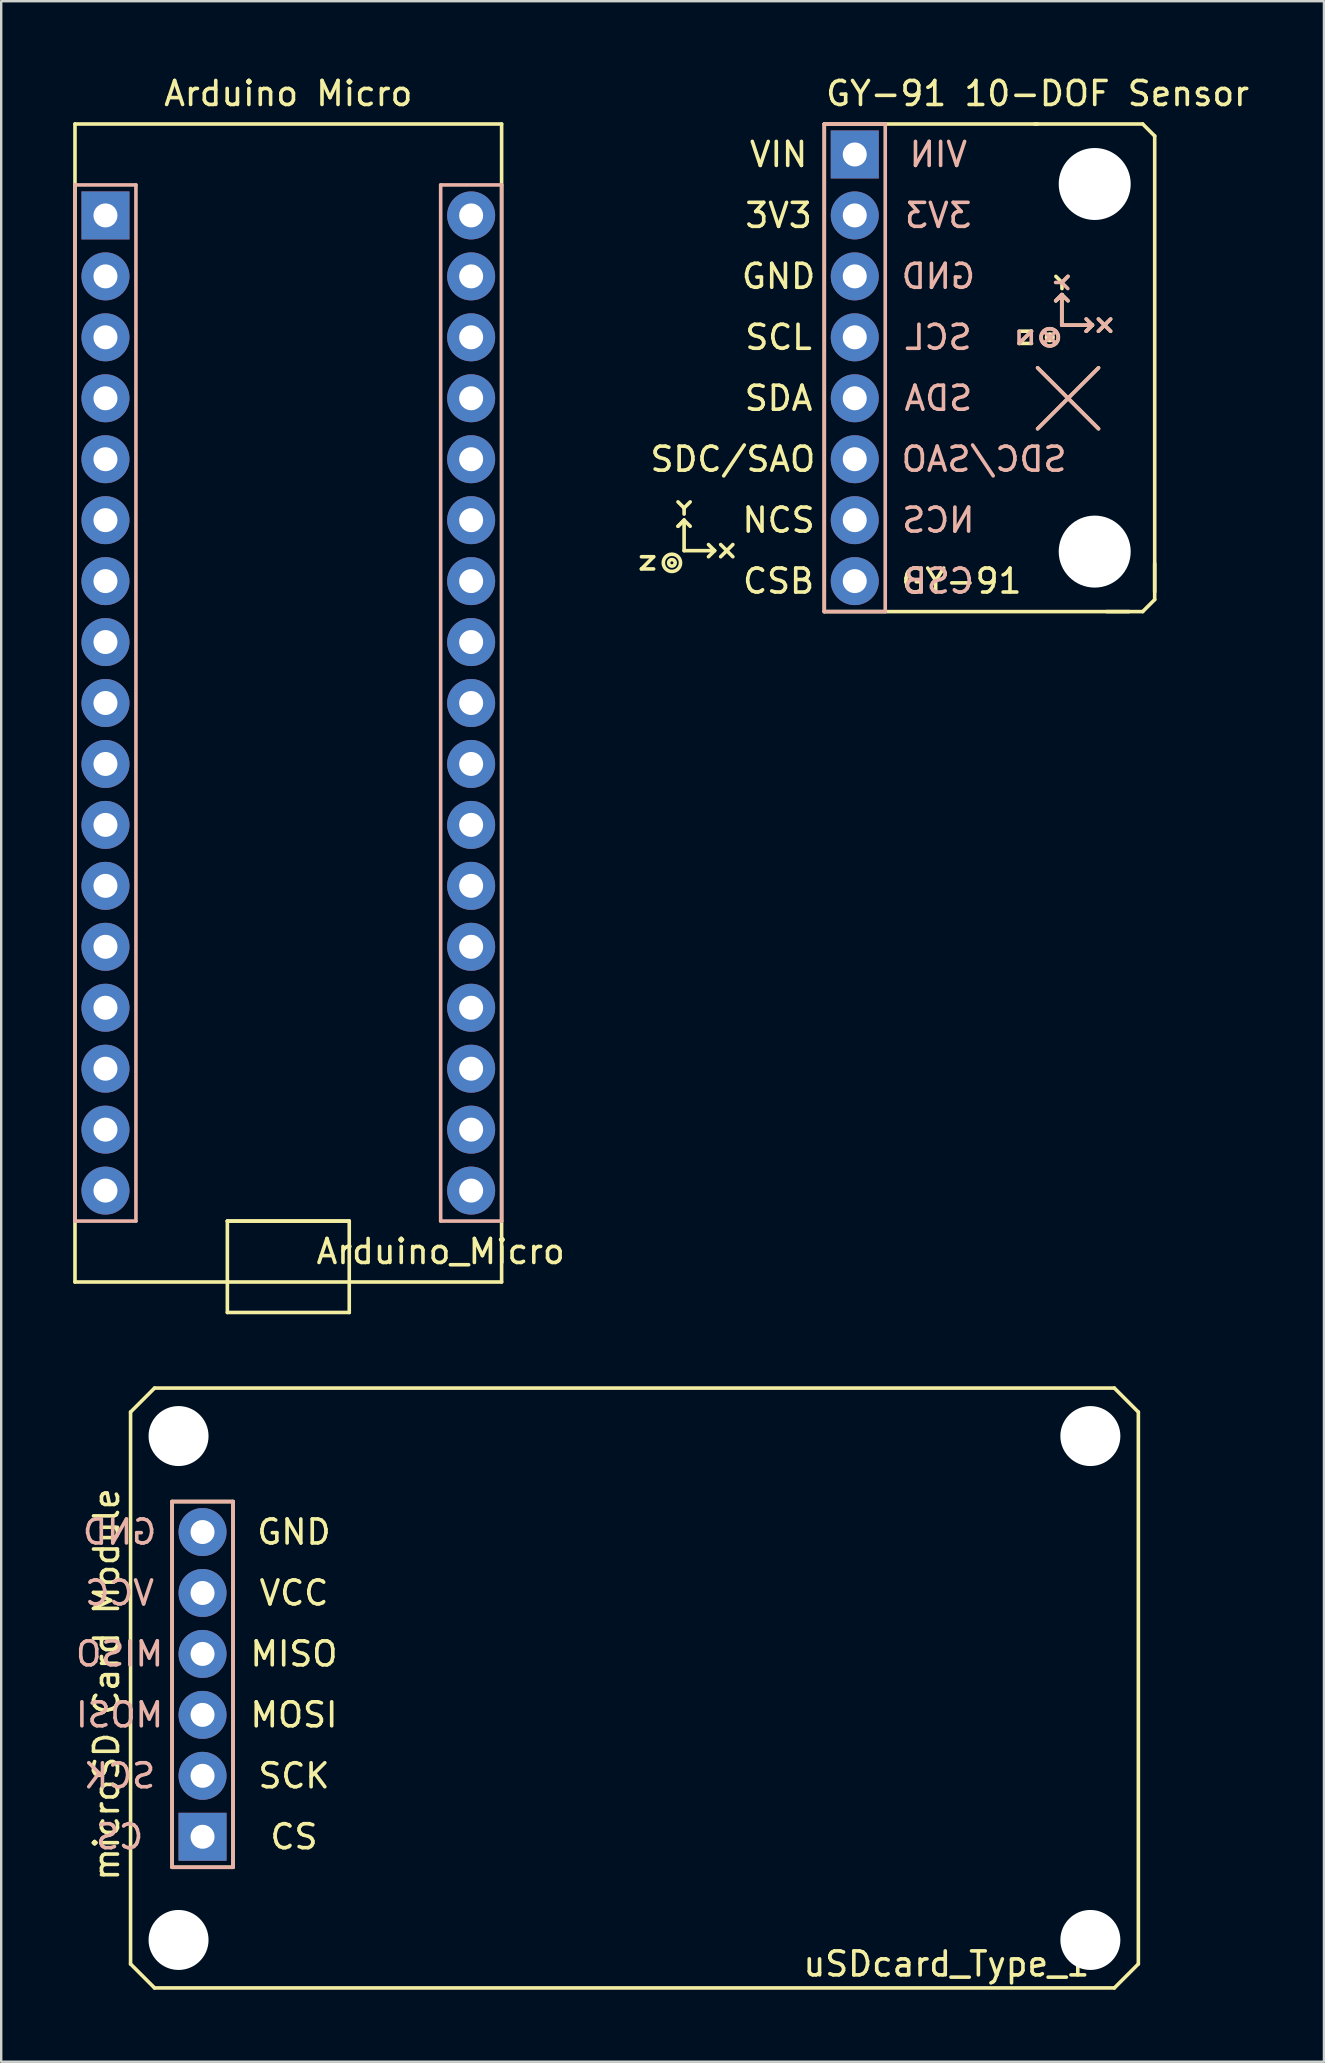
<source format=kicad_pcb>
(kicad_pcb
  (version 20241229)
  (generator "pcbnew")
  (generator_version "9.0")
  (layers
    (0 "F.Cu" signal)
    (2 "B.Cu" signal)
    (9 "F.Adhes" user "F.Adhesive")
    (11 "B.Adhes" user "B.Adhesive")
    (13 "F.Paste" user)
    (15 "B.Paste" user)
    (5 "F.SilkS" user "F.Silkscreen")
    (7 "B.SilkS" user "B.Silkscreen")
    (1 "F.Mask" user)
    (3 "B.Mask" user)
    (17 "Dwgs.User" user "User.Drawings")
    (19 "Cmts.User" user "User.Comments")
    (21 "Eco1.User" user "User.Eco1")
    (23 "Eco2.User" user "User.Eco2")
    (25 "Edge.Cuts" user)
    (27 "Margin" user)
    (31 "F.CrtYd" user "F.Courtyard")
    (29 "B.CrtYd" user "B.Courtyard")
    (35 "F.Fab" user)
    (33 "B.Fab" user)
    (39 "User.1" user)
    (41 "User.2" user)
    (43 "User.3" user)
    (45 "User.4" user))
  (footprint "uSDcard_Type_1"
    (layer "F.Cu")
    (at 5.391 60.798)
    (property "Reference" "uSDcard_Type_1" (at 31 18 0) (layer "F.SilkS") (effects (font (size 1 1) (thickness 0.15))))
    (attr through_hole)
    (fp_line (start -3 -5) (end -3 18) (stroke (width 0.15) (type solid)) (layer "F.SilkS"))
    (fp_line (start -3 18) (end -2 19) (stroke (width 0.15) (type solid)) (layer "F.SilkS"))
    (fp_line (start -2 -6) (end -3 -5) (stroke (width 0.15) (type solid)) (layer "F.SilkS"))
    (fp_line (start -2 -6) (end 38 -6) (stroke (width 0.15) (type solid)) (layer "F.SilkS"))
    (fp_line (start -1.27 -1.27) (end 1.27 -1.27) (stroke (width 0.15) (type solid)) (layer "F.SilkS"))
    (fp_line (start -1.27 13.97) (end -1.27 -1.27) (stroke (width 0.15) (type solid)) (layer "F.SilkS"))
    (fp_line (start 1.27 -1.27) (end 1.27 13.97) (stroke (width 0.15) (type solid)) (layer "F.SilkS"))
    (fp_line (start 1.27 13.97) (end -1.27 13.97) (stroke (width 0.15) (type solid)) (layer "F.SilkS"))
    (fp_line (start 38 19) (end -2 19) (stroke (width 0.15) (type solid)) (layer "F.SilkS"))
    (fp_line (start 38 19) (end 39 18) (stroke (width 0.15) (type solid)) (layer "F.SilkS"))
    (fp_line (start 39 -5) (end 38 -6) (stroke (width 0.15) (type solid)) (layer "F.SilkS"))
    (fp_line (start 39 18) (end 39 -5) (stroke (width 0.15) (type solid)) (layer "F.SilkS"))
    (fp_line (start -1.27 -1.27) (end 1.27 -1.27) (stroke (width 0.15) (type solid)) (layer "B.SilkS"))
    (fp_line (start -1.27 13.97) (end -1.27 -1.27) (stroke (width 0.15) (type solid)) (layer "B.SilkS"))
    (fp_line (start 1.27 -1.27) (end 1.27 13.97) (stroke (width 0.15) (type solid)) (layer "B.SilkS"))
    (fp_line (start 1.27 13.97) (end -1.27 13.97) (stroke (width 0.15) (type solid)) (layer "B.SilkS"))
    (fp_text user "SCK" (at 3.81 10.16 0) (layer "F.SilkS") (effects (font (size 1 1) (thickness 0.15))))
    (fp_text user "microSD Card Module" (at -4 6.35 270) (layer "F.SilkS") (effects (font (size 1 1) (thickness 0.15))))
    (fp_text user "VCC" (at 3.81 2.54 0) (layer "F.SilkS") (effects (font (size 1 1) (thickness 0.15))))
    (fp_text user "GND" (at 3.81 0 0) (layer "F.SilkS") (effects (font (size 1 1) (thickness 0.15))))
    (fp_text user "MOSI" (at 3.81 7.62 0) (layer "F.SilkS") (effects (font (size 1 1) (thickness 0.15))))
    (fp_text user "MISO" (at 3.81 5.08 0) (layer "F.SilkS") (effects (font (size 1 1) (thickness 0.15))))
    (fp_text user "CS" (at 3.81 12.7 0) (layer "F.SilkS") (effects (font (size 1 1) (thickness 0.15))))
    (fp_text user "MISO" (at -3.457 5.08 180) (layer "B.SilkS") (effects (font (size 1 1) (thickness 0.15)) (justify mirror)))
    (fp_text user "MOSI" (at -3.457 7.62 180) (layer "B.SilkS") (effects (font (size 1 1) (thickness 0.15)) (justify mirror)))
    (fp_text user "GND" (at -3.457 0 180) (layer "B.SilkS") (effects (font (size 1 1) (thickness 0.15)) (justify mirror)))
    (fp_text user "VCC" (at -3.457 2.54 180) (layer "B.SilkS") (effects (font (size 1 1) (thickness 0.15)) (justify mirror)))
    (fp_text user "CS" (at -3.457 12.7 180) (layer "B.SilkS") (effects (font (size 1 1) (thickness 0.15)) (justify mirror)))
    (fp_text user "SCK" (at -3.457 10.16 180) (layer "B.SilkS") (effects (font (size 1 1) (thickness 0.15)) (justify mirror)))
    (pad "" np_thru_hole circle (at -1 -4) (size 2.5 2.5) (drill 2.5) (layers "*.Cu" "*.Mask"))
    (pad "" np_thru_hole circle (at -1 17) (size 2.5 2.5) (drill 2.5) (layers "*.Cu" "*.Mask"))
    (pad "" np_thru_hole circle (at 37 -4) (size 2.5 2.5) (drill 2.5) (layers "*.Cu" "*.Mask"))
    (pad "" np_thru_hole circle (at 37 17) (size 2.5 2.5) (drill 2.5) (layers "*.Cu" "*.Mask"))
    (pad "1" thru_hole rect (at 0 12.7) (size 2 2) (drill 1) (layers "*.Cu" "*.Mask"))
    (pad "2" thru_hole circle (at 0 10.16) (size 2 2) (drill 1) (layers "*.Cu" "*.Mask"))
    (pad "3" thru_hole circle (at 0 7.62) (size 2 2) (drill 1) (layers "*.Cu" "*.Mask"))
    (pad "4" thru_hole circle (at 0 5.08) (size 2 2) (drill 1) (layers "*.Cu" "*.Mask"))
    (pad "5" thru_hole circle (at 0 2.54) (size 2 2) (drill 1) (layers "*.Cu" "*.Mask"))
    (pad "6" thru_hole circle (at 0 0) (size 2 2) (drill 1) (layers "*.Cu" "*.Mask")))
  (footprint "GY-91"
    (layer "F.Cu")
    (at 32.572 3.388)
    (property "Reference" "GY-91" (at 4.445 17.78 0) (layer "F.SilkS") (effects (font (size 1 1) (thickness 0.15))))
    (attr through_hole)
    (fp_line (start -8.89 16.764) (end -8.382 16.764) (stroke (width 0.15) (type solid)) (layer "F.SilkS"))
    (fp_line (start -8.89 17.272) (end -8.382 17.272) (stroke (width 0.15) (type solid)) (layer "F.SilkS"))
    (fp_line (start -8.382 16.764) (end -8.89 17.272) (stroke (width 0.15) (type solid)) (layer "F.SilkS"))
    (fp_line (start -7.366 14.478) (end -7.112 14.732) (stroke (width 0.15) (type solid)) (layer "F.SilkS"))
    (fp_line (start -7.366 15.494) (end -7.112 15.24) (stroke (width 0.15) (type solid)) (layer "F.SilkS"))
    (fp_line (start -7.112 14.732) (end -7.112 14.986) (stroke (width 0.15) (type solid)) (layer "F.SilkS"))
    (fp_line (start -7.112 15.24) (end -7.366 15.494) (stroke (width 0.15) (type solid)) (layer "F.SilkS"))
    (fp_line (start -7.112 15.24) (end -6.858 15.494) (stroke (width 0.15) (type solid)) (layer "F.SilkS"))
    (fp_line (start -7.112 16.51) (end -7.112 15.24) (stroke (width 0.15) (type solid)) (layer "F.SilkS"))
    (fp_line (start -7.112 16.51) (end -5.842 16.51) (stroke (width 0.15) (type solid)) (layer "F.SilkS"))
    (fp_line (start -6.858 14.478) (end -7.112 14.732) (stroke (width 0.15) (type solid)) (layer "F.SilkS"))
    (fp_line (start -5.842 16.51) (end -6.096 16.256) (stroke (width 0.15) (type solid)) (layer "F.SilkS"))
    (fp_line (start -5.842 16.51) (end -6.096 16.764) (stroke (width 0.15) (type solid)) (layer "F.SilkS"))
    (fp_line (start -5.588 16.256) (end -5.08 16.764) (stroke (width 0.15) (type solid)) (layer "F.SilkS"))
    (fp_line (start -5.08 16.256) (end -5.588 16.764) (stroke (width 0.15) (type solid)) (layer "F.SilkS"))
    (fp_line (start -1.27 -1.27) (end 7.62 -1.27) (stroke (width 0.15) (type solid)) (layer "F.SilkS"))
    (fp_line (start -1.27 19.05) (end -1.27 -1.27) (stroke (width 0.15) (type solid)) (layer "F.SilkS"))
    (fp_line (start -1.27 19.05) (end 11.43 19.05) (stroke (width 0.15) (type solid)) (layer "F.SilkS"))
    (fp_line (start 6.858 7.366) (end 7.366 7.366) (stroke (width 0.15) (type solid)) (layer "F.SilkS"))
    (fp_line (start 6.858 7.874) (end 7.366 7.874) (stroke (width 0.15) (type solid)) (layer "F.SilkS"))
    (fp_line (start 7.366 7.366) (end 6.858 7.874) (stroke (width 0.15) (type solid)) (layer "F.SilkS"))
    (fp_line (start 7.5 -1.27) (end 12 -1.27) (stroke (width 0.15) (type solid)) (layer "F.SilkS"))
    (fp_line (start 7.62 8.89) (end 10.16 11.43) (stroke (width 0.15) (type solid)) (layer "F.SilkS"))
    (fp_line (start 8.382 5.08) (end 8.636 5.334) (stroke (width 0.15) (type solid)) (layer "F.SilkS"))
    (fp_line (start 8.382 6.096) (end 8.636 5.842) (stroke (width 0.15) (type solid)) (layer "F.SilkS"))
    (fp_line (start 8.636 5.334) (end 8.636 5.588) (stroke (width 0.15) (type solid)) (layer "F.SilkS"))
    (fp_line (start 8.636 5.842) (end 8.382 6.096) (stroke (width 0.15) (type solid)) (layer "F.SilkS"))
    (fp_line (start 8.636 5.842) (end 8.89 6.096) (stroke (width 0.15) (type solid)) (layer "F.SilkS"))
    (fp_line (start 8.636 7.112) (end 8.636 5.842) (stroke (width 0.15) (type solid)) (layer "F.SilkS"))
    (fp_line (start 8.636 7.112) (end 9.906 7.112) (stroke (width 0.15) (type solid)) (layer "F.SilkS"))
    (fp_line (start 8.89 5.08) (end 8.636 5.334) (stroke (width 0.15) (type solid)) (layer "F.SilkS"))
    (fp_line (start 9.906 7.112) (end 9.652 6.858) (stroke (width 0.15) (type solid)) (layer "F.SilkS"))
    (fp_line (start 9.906 7.112) (end 9.652 7.366) (stroke (width 0.15) (type solid)) (layer "F.SilkS"))
    (fp_line (start 10.16 6.858) (end 10.668 7.366) (stroke (width 0.15) (type solid)) (layer "F.SilkS"))
    (fp_line (start 10.16 8.89) (end 7.62 11.43) (stroke (width 0.15) (type solid)) (layer "F.SilkS"))
    (fp_line (start 10.668 6.858) (end 10.16 7.366) (stroke (width 0.15) (type solid)) (layer "F.SilkS"))
    (fp_line (start 12 -1.27) (end 12.5 -0.77) (stroke (width 0.15) (type solid)) (layer "F.SilkS"))
    (fp_line (start 12 19.05) (end 10.5 19.05) (stroke (width 0.15) (type solid)) (layer "F.SilkS"))
    (fp_line (start 12.5 -0.77) (end 12.5 18.23) (stroke (width 0.15) (type solid)) (layer "F.SilkS"))
    (fp_line (start 12.5 17.05) (end 12.5 18.55) (stroke (width 0.15) (type solid)) (layer "F.SilkS"))
    (fp_line (start 12.5 18.55) (end 12 19.05) (stroke (width 0.15) (type solid)) (layer "F.SilkS"))
    (fp_circle (center -7.62 17.018) (end -7.874 17.272) (stroke (width 0.15) (type solid)) (fill no) (layer "F.SilkS"))
    (fp_circle (center -7.62 17.018) (end -7.62 17.081) (stroke (width 0.15) (type solid)) (fill no) (layer "F.SilkS"))
    (fp_circle (center 8.128 7.62) (end 7.874 7.874) (stroke (width 0.15) (type solid)) (fill no) (layer "F.SilkS"))
    (fp_circle (center 8.128 7.62) (end 8.128 7.684) (stroke (width 0.15) (type solid)) (fill no) (layer "F.SilkS"))
    (fp_line (start -1.27 -1.27) (end 1.27 -1.27) (stroke (width 0.15) (type solid)) (layer "B.SilkS"))
    (fp_line (start -1.27 19.05) (end -1.27 -1.27) (stroke (width 0.15) (type solid)) (layer "B.SilkS"))
    (fp_line (start 1.27 -1.27) (end 1.27 19.05) (stroke (width 0.15) (type solid)) (layer "B.SilkS"))
    (fp_line (start 1.27 19.05) (end -1.27 19.05) (stroke (width 0.15) (type solid)) (layer "B.SilkS"))
    (fp_line (start 6.847 7.874) (end 6.847 7.366) (stroke (width 0.15) (type solid)) (layer "B.SilkS"))
    (fp_line (start 7.355 7.366) (end 6.847 7.874) (stroke (width 0.15) (type solid)) (layer "B.SilkS"))
    (fp_line (start 7.355 7.874) (end 7.355 7.366) (stroke (width 0.15) (type solid)) (layer "B.SilkS"))
    (fp_line (start 7.62 11.43) (end 10.16 8.89) (stroke (width 0.15) (type solid)) (layer "B.SilkS"))
    (fp_line (start 7.874 7.366) (end 8.382 7.874) (stroke (width 0.15) (type solid)) (layer "B.SilkS"))
    (fp_line (start 8.382 7.366) (end 7.874 7.874) (stroke (width 0.15) (type solid)) (layer "B.SilkS"))
    (fp_line (start 8.625 5.334) (end 8.371 5.334) (stroke (width 0.15) (type solid)) (layer "B.SilkS"))
    (fp_line (start 8.625 5.842) (end 8.371 6.096) (stroke (width 0.15) (type solid)) (layer "B.SilkS"))
    (fp_line (start 8.625 5.842) (end 8.879 6.096) (stroke (width 0.15) (type solid)) (layer "B.SilkS"))
    (fp_line (start 8.625 7.112) (end 8.625 5.842) (stroke (width 0.15) (type solid)) (layer "B.SilkS"))
    (fp_line (start 8.625 7.112) (end 9.895 7.112) (stroke (width 0.15) (type solid)) (layer "B.SilkS"))
    (fp_line (start 8.879 5.08) (end 8.625 5.334) (stroke (width 0.15) (type solid)) (layer "B.SilkS"))
    (fp_line (start 8.879 5.588) (end 8.625 5.334) (stroke (width 0.15) (type solid)) (layer "B.SilkS"))
    (fp_line (start 9.641 7.366) (end 9.895 7.112) (stroke (width 0.15) (type solid)) (layer "B.SilkS"))
    (fp_line (start 9.895 7.112) (end 9.641 6.858) (stroke (width 0.15) (type solid)) (layer "B.SilkS"))
    (fp_line (start 9.895 7.112) (end 9.641 7.366) (stroke (width 0.15) (type solid)) (layer "B.SilkS"))
    (fp_line (start 10.16 11.43) (end 7.62 8.89) (stroke (width 0.15) (type solid)) (layer "B.SilkS"))
    (fp_line (start 10.657 6.858) (end 10.149 7.366) (stroke (width 0.15) (type solid)) (layer "B.SilkS"))
    (fp_line (start 10.657 7.366) (end 10.149 6.858) (stroke (width 0.15) (type solid)) (layer "B.SilkS"))
    (fp_circle (center 8.117 7.62) (end 7.863 7.874) (stroke (width 0.15) (type solid)) (fill no) (layer "B.SilkS"))
    (fp_text user "SDA" (at -3.175 10.16 0) (layer "F.SilkS") (effects (font (size 1 1) (thickness 0.15))))
    (fp_text user "NCS" (at -3.175 15.24 0) (layer "F.SilkS") (effects (font (size 1 1) (thickness 0.15))))
    (fp_text user "SDC/SAO" (at -5.08 12.7 0) (layer "F.SilkS") (effects (font (size 1 1) (thickness 0.15))))
    (fp_text user "CSB" (at -3.175 17.78 0) (layer "F.SilkS") (effects (font (size 1 1) (thickness 0.15))))
    (fp_text user "VIN" (at -3.175 0 0) (layer "F.SilkS") (effects (font (size 1 1) (thickness 0.15))))
    (fp_text user "GY-91 10-DOF Sensor" (at 7.62 -2.54 180) (layer "F.SilkS") (effects (font (size 1 1) (thickness 0.15))))
    (fp_text user "SCL" (at -3.175 7.62 0) (layer "F.SilkS") (effects (font (size 1 1) (thickness 0.15))))
    (fp_text user "GND" (at -3.175 5.08 0) (layer "F.SilkS") (effects (font (size 1 1) (thickness 0.15))))
    (fp_text user "3V3" (at -3.175 2.54 0) (layer "F.SilkS") (effects (font (size 1 1) (thickness 0.15))))
    (fp_text user "NCS" (at 3.483 15.24 180) (layer "B.SilkS") (effects (font (size 1 1) (thickness 0.15)) (justify mirror)))
    (fp_text user "SDC/SAO" (at 5.388 12.7 180) (layer "B.SilkS") (effects (font (size 1 1) (thickness 0.15)) (justify mirror)))
    (fp_text user "SDA" (at 3.483 10.16 180) (layer "B.SilkS") (effects (font (size 1 1) (thickness 0.15)) (justify mirror)))
    (fp_text user "GND" (at 3.483 5.08 180) (layer "B.SilkS") (effects (font (size 1 1) (thickness 0.15)) (justify mirror)))
    (fp_text user "3V3" (at 3.483 2.54 180) (layer "B.SilkS") (effects (font (size 1 1) (thickness 0.15)) (justify mirror)))
    (fp_text user "CSB" (at 3.483 17.78 180) (layer "B.SilkS") (effects (font (size 1 1) (thickness 0.15)) (justify mirror)))
    (fp_text user "SCL" (at 3.483 7.62 180) (layer "B.SilkS") (effects (font (size 1 1) (thickness 0.15)) (justify mirror)))
    (fp_text user "VIN" (at 3.483 0 180) (layer "B.SilkS") (effects (font (size 1 1) (thickness 0.15)) (justify mirror)))
    (pad "" np_thru_hole circle (at 10 1.23) (size 3 3) (drill 3) (layers "*.Cu" "*.Mask"))
    (pad "" np_thru_hole circle (at 10 16.55) (size 3 3) (drill 3) (layers "*.Cu" "*.Mask"))
    (pad "1" thru_hole rect (at 0 0) (size 2 2) (drill 1) (layers "*.Cu" "*.Mask"))
    (pad "2" thru_hole circle (at 0 2.54) (size 2 2) (drill 1) (layers "*.Cu" "*.Mask"))
    (pad "3" thru_hole circle (at 0 5.08) (size 2 2) (drill 1) (layers "*.Cu" "*.Mask"))
    (pad "4" thru_hole circle (at 0 7.62) (size 2 2) (drill 1) (layers "*.Cu" "*.Mask"))
    (pad "5" thru_hole circle (at 0 10.16) (size 2 2) (drill 1) (layers "*.Cu" "*.Mask"))
    (pad "6" thru_hole circle (at 0 12.7) (size 2 2) (drill 1) (layers "*.Cu" "*.Mask"))
    (pad "7" thru_hole circle (at 0 15.24) (size 2 2) (drill 1) (layers "*.Cu" "*.Mask"))
    (pad "8" thru_hole circle (at 0 17.78) (size 2 2) (drill 1) (layers "*.Cu" "*.Mask")))
  (footprint "Arduino_Micro"
    (layer "F.Cu")
    (at 1.345 5.928)
    (property "Reference" "Arduino_Micro" (at 13.97 43.18 0) (layer "F.SilkS") (effects (font (size 1 1) (thickness 0.15))))
    (attr through_hole)
    (fp_line (start -1.27 -3.81) (end -1.27 44.45) (stroke (width 0.15) (type solid)) (layer "F.SilkS"))
    (fp_line (start -1.27 44.45) (end 16.51 44.45) (stroke (width 0.15) (type solid)) (layer "F.SilkS"))
    (fp_line (start 5.08 41.91) (end 5.08 45.72) (stroke (width 0.15) (type solid)) (layer "F.SilkS"))
    (fp_line (start 5.08 41.91) (end 10.16 41.91) (stroke (width 0.15) (type solid)) (layer "F.SilkS"))
    (fp_line (start 5.08 45.72) (end 10.16 45.72) (stroke (width 0.15) (type solid)) (layer "F.SilkS"))
    (fp_line (start 10.16 41.91) (end 5.08 41.91) (stroke (width 0.15) (type solid)) (layer "F.SilkS"))
    (fp_line (start 10.16 45.72) (end 10.16 41.91) (stroke (width 0.15) (type solid)) (layer "F.SilkS"))
    (fp_line (start 16.51 -3.81) (end -1.27 -3.81) (stroke (width 0.15) (type solid)) (layer "F.SilkS"))
    (fp_line (start 16.51 44.45) (end 16.51 -3.81) (stroke (width 0.15) (type solid)) (layer "F.SilkS"))
    (fp_line (start -1.27 -1.27) (end 1.27 -1.27) (stroke (width 0.15) (type solid)) (layer "B.SilkS"))
    (fp_line (start -1.27 41.91) (end -1.27 -1.27) (stroke (width 0.15) (type solid)) (layer "B.SilkS"))
    (fp_line (start 1.27 -1.27) (end 1.27 41.91) (stroke (width 0.15) (type solid)) (layer "B.SilkS"))
    (fp_line (start 1.27 41.91) (end -1.27 41.91) (stroke (width 0.15) (type solid)) (layer "B.SilkS"))
    (fp_line (start 13.97 -1.27) (end 16.51 -1.27) (stroke (width 0.15) (type solid)) (layer "B.SilkS"))
    (fp_line (start 13.97 41.91) (end 13.97 -1.27) (stroke (width 0.15) (type solid)) (layer "B.SilkS"))
    (fp_line (start 16.51 -1.27) (end 16.51 41.91) (stroke (width 0.15) (type solid)) (layer "B.SilkS"))
    (fp_line (start 16.51 41.91) (end 13.97 41.91) (stroke (width 0.15) (type solid)) (layer "B.SilkS"))
    (fp_text user "Arduino Micro" (at 7.62 -5.08 0) (layer "F.SilkS") (effects (font (size 1 1) (thickness 0.15))))
    (pad "1" thru_hole rect (at 0 0) (size 2 2) (drill 1) (layers "*.Cu" "*.Mask"))
    (pad "2" thru_hole circle (at 0 2.54) (size 2 2) (drill 1) (layers "*.Cu" "*.Mask"))
    (pad "3" thru_hole circle (at 0 5.08) (size 2 2) (drill 1) (layers "*.Cu" "*.Mask"))
    (pad "4" thru_hole circle (at 0 7.62) (size 2 2) (drill 1) (layers "*.Cu" "*.Mask"))
    (pad "5" thru_hole circle (at 0 10.16) (size 2 2) (drill 1) (layers "*.Cu" "*.Mask"))
    (pad "6" thru_hole circle (at 0 12.7) (size 2 2) (drill 1) (layers "*.Cu" "*.Mask"))
    (pad "7" thru_hole circle (at 0 15.24) (size 2 2) (drill 1) (layers "*.Cu" "*.Mask"))
    (pad "8" thru_hole circle (at 0 17.78) (size 2 2) (drill 1) (layers "*.Cu" "*.Mask"))
    (pad "9" thru_hole circle (at 0 20.32) (size 2 2) (drill 1) (layers "*.Cu" "*.Mask"))
    (pad "10" thru_hole circle (at 0 22.86) (size 2 2) (drill 1) (layers "*.Cu" "*.Mask"))
    (pad "11" thru_hole circle (at 0 25.4) (size 2 2) (drill 1) (layers "*.Cu" "*.Mask"))
    (pad "12" thru_hole circle (at 0 27.94) (size 2 2) (drill 1) (layers "*.Cu" "*.Mask"))
    (pad "13" thru_hole circle (at 0 30.48) (size 2 2) (drill 1) (layers "*.Cu" "*.Mask"))
    (pad "14" thru_hole circle (at 0 33.02) (size 2 2) (drill 1) (layers "*.Cu" "*.Mask"))
    (pad "15" thru_hole circle (at 0 35.56) (size 2 2) (drill 1) (layers "*.Cu" "*.Mask"))
    (pad "16" thru_hole circle (at 0 38.1) (size 2 2) (drill 1) (layers "*.Cu" "*.Mask"))
    (pad "17" thru_hole circle (at 0 40.64) (size 2 2) (drill 1) (layers "*.Cu" "*.Mask"))
    (pad "18" thru_hole circle (at 15.24 40.64) (size 2 2) (drill 1) (layers "*.Cu" "*.Mask"))
    (pad "19" thru_hole circle (at 15.24 38.1) (size 2 2) (drill 1) (layers "*.Cu" "*.Mask"))
    (pad "20" thru_hole circle (at 15.24 35.56) (size 2 2) (drill 1) (layers "*.Cu" "*.Mask"))
    (pad "21" thru_hole circle (at 15.24 33.02) (size 2 2) (drill 1) (layers "*.Cu" "*.Mask"))
    (pad "22" thru_hole circle (at 15.24 30.48) (size 2 2) (drill 1) (layers "*.Cu" "*.Mask"))
    (pad "23" thru_hole circle (at 15.24 27.94) (size 2 2) (drill 1) (layers "*.Cu" "*.Mask"))
    (pad "24" thru_hole circle (at 15.24 25.4) (size 2 2) (drill 1) (layers "*.Cu" "*.Mask"))
    (pad "25" thru_hole circle (at 15.24 22.86) (size 2 2) (drill 1) (layers "*.Cu" "*.Mask"))
    (pad "26" thru_hole circle (at 15.24 20.32) (size 2 2) (drill 1) (layers "*.Cu" "*.Mask"))
    (pad "27" thru_hole circle (at 15.24 17.78) (size 2 2) (drill 1) (layers "*.Cu" "*.Mask"))
    (pad "28" thru_hole circle (at 15.24 15.24) (size 2 2) (drill 1) (layers "*.Cu" "*.Mask"))
    (pad "29" thru_hole circle (at 15.24 12.7) (size 2 2) (drill 1) (layers "*.Cu" "*.Mask"))
    (pad "30" thru_hole circle (at 15.24 10.16) (size 2 2) (drill 1) (layers "*.Cu" "*.Mask"))
    (pad "31" thru_hole circle (at 15.24 7.62) (size 2 2) (drill 1) (layers "*.Cu" "*.Mask"))
    (pad "32" thru_hole circle (at 15.24 5.08) (size 2 2) (drill 1) (layers "*.Cu" "*.Mask"))
    (pad "33" thru_hole circle (at 15.24 2.54) (size 2 2) (drill 1) (layers "*.Cu" "*.Mask"))
    (pad "34" thru_hole circle (at 15.24 0) (size 2 2) (drill 1) (layers "*.Cu" "*.Mask")))
  (gr_rect
    (start -3 -3)
    (end 52.126 82.873)
    (stroke (width 0.1) (type default))
    (fill no)
    (layer "Edge.Cuts")))
</source>
